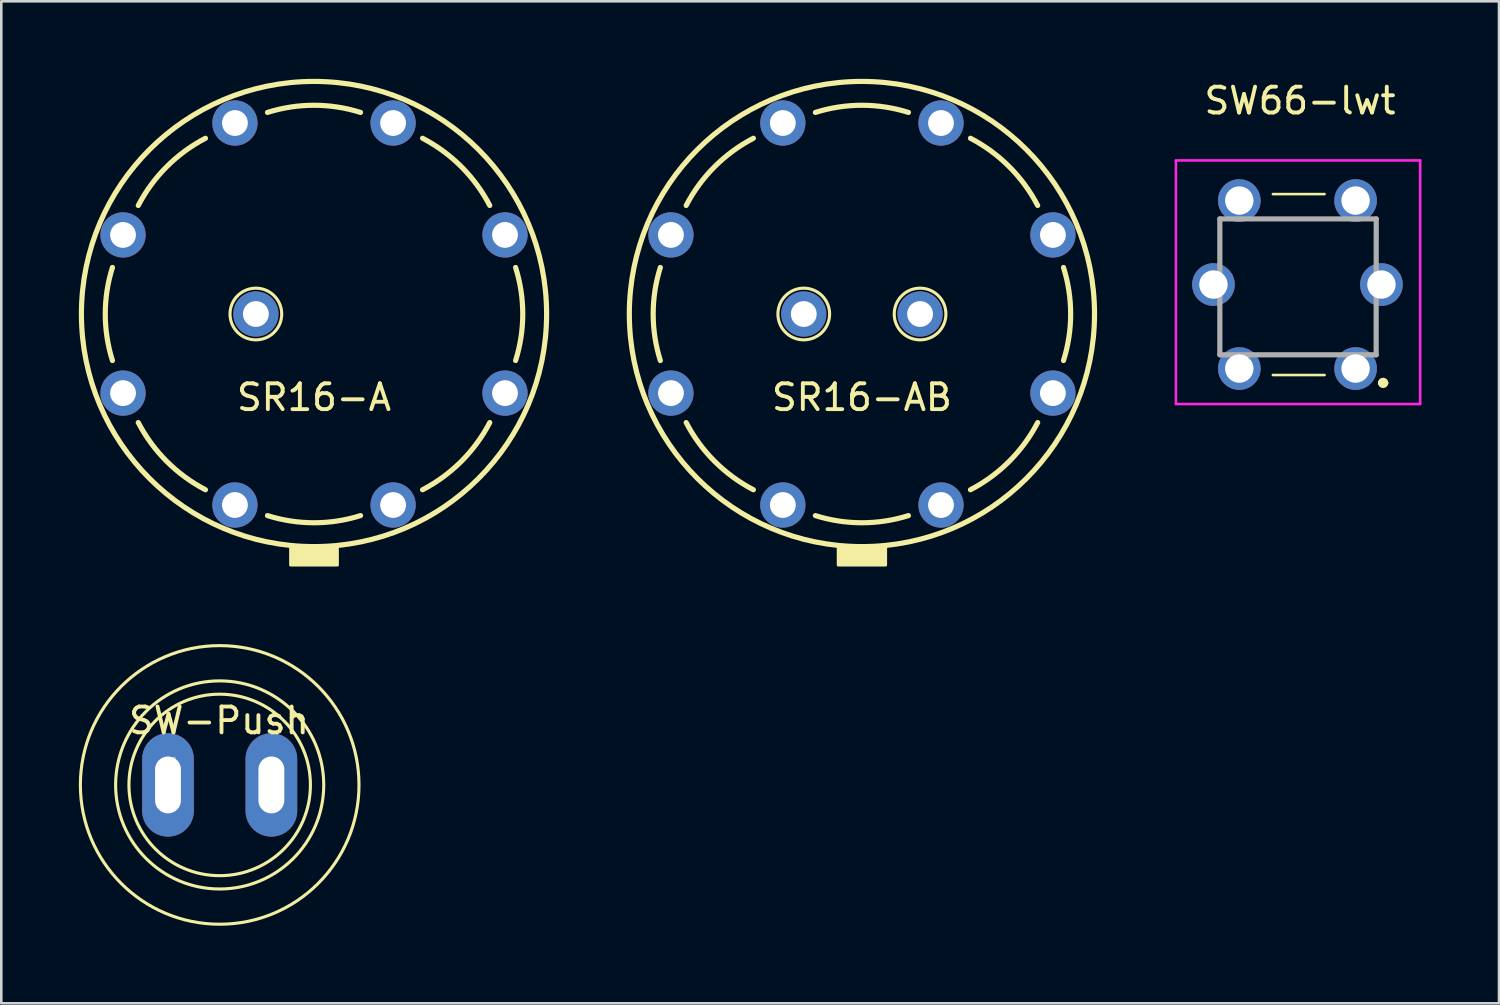
<source format=kicad_pcb>
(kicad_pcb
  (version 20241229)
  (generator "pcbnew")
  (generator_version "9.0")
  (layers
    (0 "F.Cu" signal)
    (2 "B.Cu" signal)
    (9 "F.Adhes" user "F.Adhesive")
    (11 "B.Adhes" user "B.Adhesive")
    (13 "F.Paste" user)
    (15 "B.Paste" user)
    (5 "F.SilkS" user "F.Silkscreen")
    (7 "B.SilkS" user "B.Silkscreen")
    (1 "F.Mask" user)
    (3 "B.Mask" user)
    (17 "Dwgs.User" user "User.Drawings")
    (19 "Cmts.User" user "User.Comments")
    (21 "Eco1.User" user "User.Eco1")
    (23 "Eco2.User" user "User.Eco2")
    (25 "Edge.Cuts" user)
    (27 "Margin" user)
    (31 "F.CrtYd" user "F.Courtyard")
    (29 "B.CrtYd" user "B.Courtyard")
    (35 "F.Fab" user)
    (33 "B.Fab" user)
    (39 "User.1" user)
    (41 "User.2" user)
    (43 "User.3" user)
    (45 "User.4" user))
  (footprint "SR16-AB"
    (layer "F.Cu")
    (at 30.3 9.1)
    (property "Reference" "SR16-AB" (at 0 3.226 0) (unlocked yes) (layer "F.SilkS") (effects (font (size 1 1) (thickness 0.15))))
    (attr through_hole)
    (fp_rect (start -0.914 9) (end 0.914 9.711) (stroke (width 0.12) (type default)) (fill yes) (layer "F.SilkS"))
    (fp_arc (start -7.8 1.8) (mid -8.077046 0) (end -7.8 -1.8) (stroke (width 0.2) (type default)) (layer "F.SilkS"))
    (fp_arc (start -6.8 -4.2) (mid -5.700089 -5.700089) (end -4.2 -6.8) (stroke (width 0.2) (type default)) (layer "F.SilkS"))
    (fp_arc (start -4.2 6.8) (mid -5.700089 5.700089) (end -6.8 4.2) (stroke (width 0.2) (type default)) (layer "F.SilkS"))
    (fp_arc (start -1.8 -7.8) (mid 0 -8.077046) (end 1.8 -7.8) (stroke (width 0.2) (type default)) (layer "F.SilkS"))
    (fp_arc (start 1.8 7.8) (mid 0 8.077046) (end -1.8 7.8) (stroke (width 0.2) (type default)) (layer "F.SilkS"))
    (fp_arc (start 4.2 -6.8) (mid 5.700089 -5.700089) (end 6.8 -4.2) (stroke (width 0.2) (type default)) (layer "F.SilkS"))
    (fp_arc (start 6.8 4.2) (mid 5.700089 5.700089) (end 4.2 6.8) (stroke (width 0.2) (type default)) (layer "F.SilkS"))
    (fp_arc (start 7.8 -1.8) (mid 8.077046 0) (end 7.8 1.8) (stroke (width 0.2) (type default)) (layer "F.SilkS"))
    (fp_circle (center -2.25 0) (end -1.25 0) (stroke (width 0.12) (type default)) (fill no) (layer "F.SilkS"))
    (fp_circle (center 0 0) (end 9 0) (stroke (width 0.2) (type default)) (fill no) (layer "F.SilkS"))
    (fp_circle (center 2.25 0) (end 3.25 0) (stroke (width 0.12) (type default)) (fill no) (layer "F.SilkS"))
    (pad "1" thru_hole circle (at -3.06 7.39) (size 1.75 1.75) (drill 1) (layers "*.Cu" "*.Mask"))
    (pad "2" thru_hole circle (at -7.39 3.06 90) (size 1.75 1.75) (drill 1) (layers "*.Cu" "*.Mask"))
    (pad "3" thru_hole circle (at -7.39 -3.06 90) (size 1.75 1.75) (drill 1) (layers "*.Cu" "*.Mask"))
    (pad "4" thru_hole circle (at -3.06 -7.39) (size 1.75 1.75) (drill 1) (layers "*.Cu" "*.Mask"))
    (pad "5" thru_hole circle (at 3.06 -7.39) (size 1.75 1.75) (drill 1) (layers "*.Cu" "*.Mask"))
    (pad "6" thru_hole circle (at 7.39 -3.06 90) (size 1.75 1.75) (drill 1) (layers "*.Cu" "*.Mask"))
    (pad "7" thru_hole circle (at 7.39 3.06 90) (size 1.75 1.75) (drill 1) (layers "*.Cu" "*.Mask"))
    (pad "8" thru_hole circle (at 3.06 7.39) (size 1.75 1.75) (drill 1) (layers "*.Cu" "*.Mask"))
    (pad "A" thru_hole circle (at -2.25 0 270) (size 1.75 1.75) (drill 1) (layers "*.Cu" "*.Mask"))
    (pad "B" thru_hole circle (at 2.25 0 270) (size 1.75 1.75) (drill 1) (layers "*.Cu" "*.Mask")))
  (footprint "SR16-A"
    (layer "F.Cu")
    (at 9.1 9.1)
    (property "Reference" "SR16-A" (at 0 3.226 0) (unlocked yes) (layer "F.SilkS") (effects (font (size 1 1) (thickness 0.15))))
    (attr through_hole)
    (fp_rect (start -0.902 9) (end 0.902 9.711) (stroke (width 0.12) (type default)) (fill yes) (layer "F.SilkS"))
    (fp_arc (start -7.8 1.8) (mid -8.077046 0) (end -7.8 -1.8) (stroke (width 0.2) (type default)) (layer "F.SilkS"))
    (fp_arc (start -6.8 -4.2) (mid -5.700089 -5.700089) (end -4.2 -6.8) (stroke (width 0.2) (type default)) (layer "F.SilkS"))
    (fp_arc (start -4.2 6.8) (mid -5.700089 5.700089) (end -6.8 4.2) (stroke (width 0.2) (type default)) (layer "F.SilkS"))
    (fp_arc (start -1.8 -7.8) (mid 0 -8.077046) (end 1.8 -7.8) (stroke (width 0.2) (type default)) (layer "F.SilkS"))
    (fp_arc (start 1.8 7.8) (mid 0 8.077046) (end -1.8 7.8) (stroke (width 0.2) (type default)) (layer "F.SilkS"))
    (fp_arc (start 4.2 -6.8) (mid 5.700089 -5.700089) (end 6.8 -4.2) (stroke (width 0.2) (type default)) (layer "F.SilkS"))
    (fp_arc (start 6.8 4.2) (mid 5.700089 5.700089) (end 4.2 6.8) (stroke (width 0.2) (type default)) (layer "F.SilkS"))
    (fp_arc (start 7.8 -1.8) (mid 8.077046 0) (end 7.8 1.8) (stroke (width 0.2) (type default)) (layer "F.SilkS"))
    (fp_circle (center -2.25 0) (end -1.25 0) (stroke (width 0.12) (type default)) (fill no) (layer "F.SilkS"))
    (fp_circle (center 0 0) (end 9 0) (stroke (width 0.2) (type default)) (fill no) (layer "F.SilkS"))
    (pad "1" thru_hole circle (at -3.06 7.39) (size 1.75 1.75) (drill 1) (layers "*.Cu" "*.Mask"))
    (pad "2" thru_hole circle (at -7.39 3.06 90) (size 1.75 1.75) (drill 1) (layers "*.Cu" "*.Mask"))
    (pad "3" thru_hole circle (at -7.39 -3.06 90) (size 1.75 1.75) (drill 1) (layers "*.Cu" "*.Mask"))
    (pad "4" thru_hole circle (at -3.06 -7.39) (size 1.75 1.75) (drill 1) (layers "*.Cu" "*.Mask"))
    (pad "5" thru_hole circle (at 3.06 -7.39) (size 1.75 1.75) (drill 1) (layers "*.Cu" "*.Mask"))
    (pad "6" thru_hole circle (at 7.39 -3.06 90) (size 1.75 1.75) (drill 1) (layers "*.Cu" "*.Mask"))
    (pad "7" thru_hole circle (at 7.39 3.06 90) (size 1.75 1.75) (drill 1) (layers "*.Cu" "*.Mask"))
    (pad "8" thru_hole circle (at 3.06 7.39) (size 1.75 1.75) (drill 1) (layers "*.Cu" "*.Mask"))
    (pad "A" thru_hole circle (at -2.25 0 270) (size 1.75 1.75) (drill 1) (layers "*.Cu" "*.Mask")))
  (footprint "SW-Push"
    (layer "F.Cu")
    (at 5.45 27.321)
    (property "Reference" "SW-Push" (at -0.025 -2.489 0) (unlocked yes) (layer "F.SilkS") (effects (font (size 1 1) (thickness 0.15))))
    (attr through_hole)
    (fp_circle (center 0 0) (end -3.226 -4.318) (stroke (width 0.12) (type default)) (fill no) (layer "F.SilkS"))
    (fp_circle (center 0 0) (end -3.175 -1.499) (stroke (width 0.12) (type default)) (fill no) (layer "F.SilkS"))
    (fp_circle (center 0 0) (end -2.54 -3.124) (stroke (width 0.12) (type default)) (fill no) (layer "F.SilkS"))
    (fp_line (start -1.754 -1.051) (end -1.754 0.949) (stroke (width 0.1) (type solid)) (layer "F.Fab"))
    (pad "1" thru_hole oval (at -2 0 180) (size 2 4) (drill oval 1 2.2) (layers "*.Cu" "*.Mask"))
    (pad "2" thru_hole oval (at 2 0) (size 2 4) (drill oval 1 2.2) (layers "*.Cu" "*.Mask")))
  (footprint "SW66-lwt"
    (layer "F.Cu")
    (at 47.251 7.96)
    (property "Reference" "SW66-lwt" (at 0 -7.112 0) (unlocked yes) (layer "F.SilkS") (effects (font (size 1 1) (thickness 0.15))))
    (attr through_hole)
    (fp_line (start -1.05 -3.5) (end 0.95 -3.5) (stroke (width 0.1) (type solid)) (layer "F.SilkS"))
    (fp_line (start -1.05 3.5) (end 0.95 3.5) (stroke (width 0.1) (type solid)) (layer "F.SilkS"))
    (fp_line (start 3.116 3.805) (end 3.116 3.805) (stroke (width 0.2) (type solid)) (layer "F.SilkS"))
    (fp_line (start 3.316 3.805) (end 3.316 3.805) (stroke (width 0.2) (type solid)) (layer "F.SilkS"))
    (fp_arc (start 3.1156 3.8051) (mid 3.2156 3.7051) (end 3.3156 3.8051) (stroke (width 0.2) (type solid)) (layer "F.SilkS"))
    (fp_arc (start 3.3156 3.8051) (mid 3.2156 3.9051) (end 3.1156 3.8051) (stroke (width 0.2) (type solid)) (layer "F.SilkS"))
    (fp_line (start -4.801 -4.802) (end 4.649 -4.802) (stroke (width 0.1) (type solid)) (layer "F.CrtYd"))
    (fp_line (start -4.801 4.623) (end -4.801 -4.802) (stroke (width 0.1) (type solid)) (layer "F.CrtYd"))
    (fp_line (start 4.649 -4.802) (end 4.649 4.623) (stroke (width 0.1) (type solid)) (layer "F.CrtYd"))
    (fp_line (start 4.649 4.623) (end -4.801 4.623) (stroke (width 0.1) (type solid)) (layer "F.CrtYd"))
    (fp_line (start -3.102 -2.54) (end 2.949 -2.54) (stroke (width 0.2) (type solid)) (layer "F.Fab"))
    (fp_line (start -3.102 2.718) (end -3.102 -2.54) (stroke (width 0.2) (type solid)) (layer "F.Fab"))
    (fp_line (start 2.946 2.718) (end -3.102 2.718) (stroke (width 0.2) (type solid)) (layer "F.Fab"))
    (fp_line (start 2.949 -2.54) (end 2.946 2.718) (stroke (width 0.2) (type solid)) (layer "F.Fab"))
    (pad "1" thru_hole circle (at 2.15 3.25) (size 1.65 1.65) (drill 1.1) (layers "*.Cu" "*.Mask"))
    (pad "2" thru_hole circle (at 2.15 -3.25) (size 1.65 1.65) (drill 1.1) (layers "*.Cu" "*.Mask"))
    (pad "3" thru_hole circle (at -2.35 3.25) (size 1.65 1.65) (drill 1.1) (layers "*.Cu" "*.Mask"))
    (pad "4" thru_hole circle (at -2.35 -3.25) (size 1.65 1.65) (drill 1.1) (layers "*.Cu" "*.Mask"))
    (pad "5" thru_hole circle (at 3.15 0) (size 1.65 1.65) (drill 1.1) (layers "*.Cu" "*.Mask"))
    (pad "6" thru_hole circle (at -3.35 0) (size 1.65 1.65) (drill 1.1) (layers "*.Cu" "*.Mask")))
  (gr_rect
    (start -3 -3)
    (end 54.95 35.771)
    (stroke (width 0.1) (type default))
    (fill no)
    (layer "Edge.Cuts")))
</source>
